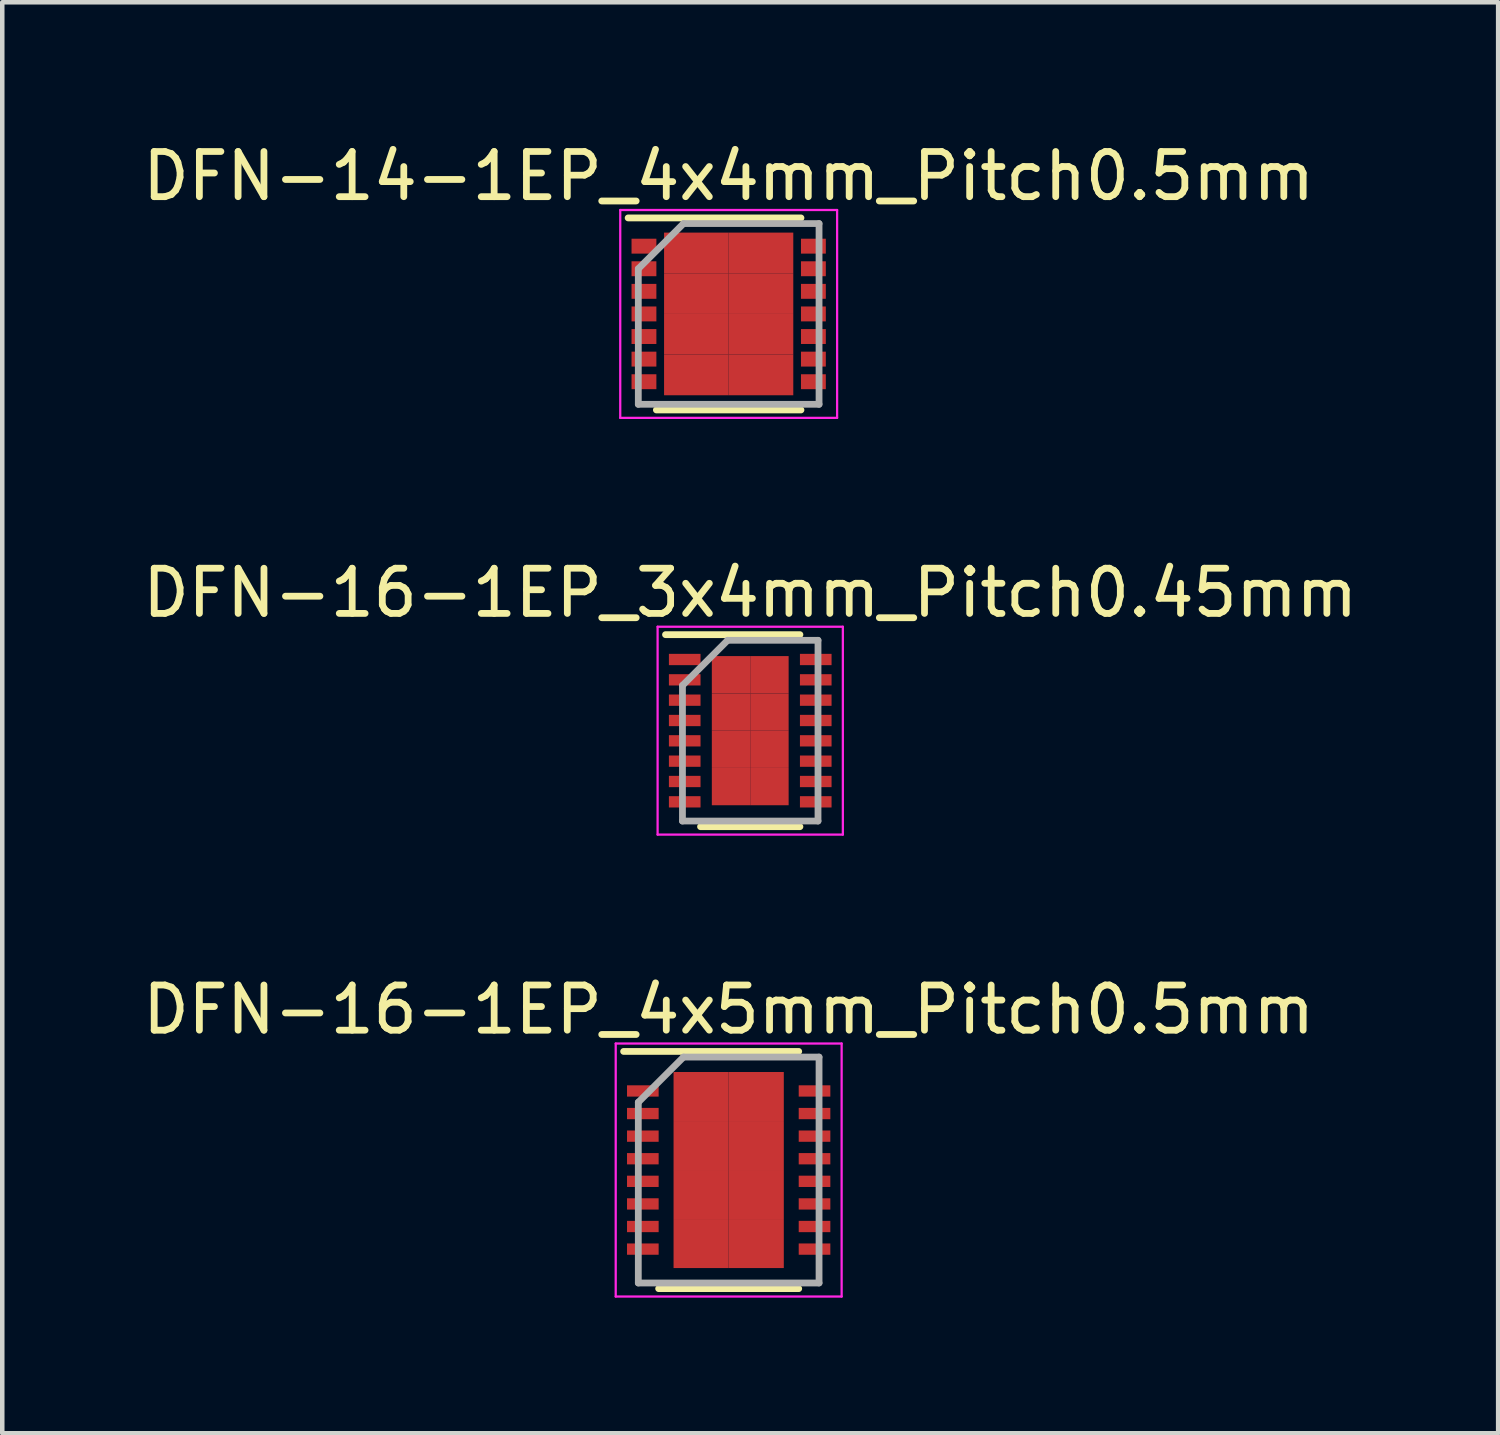
<source format=kicad_pcb>
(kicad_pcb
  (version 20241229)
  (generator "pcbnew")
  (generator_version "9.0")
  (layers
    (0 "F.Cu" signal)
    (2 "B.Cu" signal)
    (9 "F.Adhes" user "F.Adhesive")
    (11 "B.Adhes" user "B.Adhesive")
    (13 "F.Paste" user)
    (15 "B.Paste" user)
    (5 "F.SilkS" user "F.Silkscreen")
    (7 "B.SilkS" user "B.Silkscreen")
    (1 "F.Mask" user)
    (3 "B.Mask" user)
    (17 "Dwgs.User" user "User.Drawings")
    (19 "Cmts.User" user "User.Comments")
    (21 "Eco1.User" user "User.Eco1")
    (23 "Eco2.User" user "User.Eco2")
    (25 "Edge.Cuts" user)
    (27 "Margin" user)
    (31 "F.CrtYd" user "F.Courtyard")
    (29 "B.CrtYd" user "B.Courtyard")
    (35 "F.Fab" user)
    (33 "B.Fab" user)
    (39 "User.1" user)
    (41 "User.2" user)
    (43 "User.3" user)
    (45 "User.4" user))
  (footprint "DFN-16-1EP_3x4mm_Pitch0.45mm"
    (layer "F.Cu")
    (at 13.554 13.121)
    (property "Reference" "DFN-16-1EP_3x4mm_Pitch0.45mm" (at 0 -3.05 0) (layer "F.SilkS") (effects (font (size 1 1) (thickness 0.15))))
    (attr smd)
    (fp_line (start -1.875 -2.125) (end 1.1 -2.125) (stroke (width 0.15) (type solid)) (layer "F.SilkS"))
    (fp_line (start -1.1 2.125) (end 1.1 2.125) (stroke (width 0.15) (type solid)) (layer "F.SilkS"))
    (fp_line (start -2.05 -2.3) (end -2.05 2.3) (stroke (width 0.05) (type solid)) (layer "F.CrtYd"))
    (fp_line (start -2.05 -2.3) (end 2.05 -2.3) (stroke (width 0.05) (type solid)) (layer "F.CrtYd"))
    (fp_line (start -2.05 2.3) (end 2.05 2.3) (stroke (width 0.05) (type solid)) (layer "F.CrtYd"))
    (fp_line (start 2.05 -2.3) (end 2.05 2.3) (stroke (width 0.05) (type solid)) (layer "F.CrtYd"))
    (fp_line (start -1.5 -1) (end -0.5 -2) (stroke (width 0.15) (type solid)) (layer "F.Fab"))
    (fp_line (start -1.5 2) (end -1.5 -1) (stroke (width 0.15) (type solid)) (layer "F.Fab"))
    (fp_line (start -0.5 -2) (end 1.5 -2) (stroke (width 0.15) (type solid)) (layer "F.Fab"))
    (fp_line (start 1.5 -2) (end 1.5 2) (stroke (width 0.15) (type solid)) (layer "F.Fab"))
    (fp_line (start 1.5 2) (end -1.5 2) (stroke (width 0.15) (type solid)) (layer "F.Fab"))
    (pad "1" smd rect (at -1.45 -1.575) (size 0.7 0.25) (layers "F.Cu" "F.Mask" "F.Paste"))
    (pad "2" smd rect (at -1.45 -1.125) (size 0.7 0.25) (layers "F.Cu" "F.Mask" "F.Paste"))
    (pad "3" smd rect (at -1.45 -0.675) (size 0.7 0.25) (layers "F.Cu" "F.Mask" "F.Paste"))
    (pad "4" smd rect (at -1.45 -0.225) (size 0.7 0.25) (layers "F.Cu" "F.Mask" "F.Paste"))
    (pad "5" smd rect (at -1.45 0.225) (size 0.7 0.25) (layers "F.Cu" "F.Mask" "F.Paste"))
    (pad "6" smd rect (at -1.45 0.675) (size 0.7 0.25) (layers "F.Cu" "F.Mask" "F.Paste"))
    (pad "7" smd rect (at -1.45 1.125) (size 0.7 0.25) (layers "F.Cu" "F.Mask" "F.Paste"))
    (pad "8" smd rect (at -1.45 1.575) (size 0.7 0.25) (layers "F.Cu" "F.Mask" "F.Paste"))
    (pad "9" smd rect (at 1.45 1.575) (size 0.7 0.25) (layers "F.Cu" "F.Mask" "F.Paste"))
    (pad "10" smd rect (at 1.45 1.125) (size 0.7 0.25) (layers "F.Cu" "F.Mask" "F.Paste"))
    (pad "11" smd rect (at 1.45 0.675) (size 0.7 0.25) (layers "F.Cu" "F.Mask" "F.Paste"))
    (pad "12" smd rect (at 1.45 0.225) (size 0.7 0.25) (layers "F.Cu" "F.Mask" "F.Paste"))
    (pad "13" smd rect (at 1.45 -0.225) (size 0.7 0.25) (layers "F.Cu" "F.Mask" "F.Paste"))
    (pad "14" smd rect (at 1.45 -0.675) (size 0.7 0.25) (layers "F.Cu" "F.Mask" "F.Paste"))
    (pad "15" smd rect (at 1.45 -1.125) (size 0.7 0.25) (layers "F.Cu" "F.Mask" "F.Paste"))
    (pad "16" smd rect (at 1.45 -1.575) (size 0.7 0.25) (layers "F.Cu" "F.Mask" "F.Paste"))
    (pad "17" smd rect (at -0.425 -1.238) (size 0.85 0.825) (layers "F.Cu" "F.Mask" "F.Paste"))
    (pad "17" smd rect (at -0.425 -0.412) (size 0.85 0.825) (layers "F.Cu" "F.Mask" "F.Paste"))
    (pad "17" smd rect (at -0.425 0.412) (size 0.85 0.825) (layers "F.Cu" "F.Mask" "F.Paste"))
    (pad "17" smd rect (at -0.425 1.238) (size 0.85 0.825) (layers "F.Cu" "F.Mask" "F.Paste"))
    (pad "17" smd rect (at 0.425 -1.238) (size 0.85 0.825) (layers "F.Cu" "F.Mask" "F.Paste"))
    (pad "17" smd rect (at 0.425 -0.412) (size 0.85 0.825) (layers "F.Cu" "F.Mask" "F.Paste"))
    (pad "17" smd rect (at 0.425 0.412) (size 0.85 0.825) (layers "F.Cu" "F.Mask" "F.Paste"))
    (pad "17" smd rect (at 0.425 1.238) (size 0.85 0.825) (layers "F.Cu" "F.Mask" "F.Paste")))
  (footprint "DFN-16-1EP_4x5mm_Pitch0.5mm"
    (layer "F.Cu")
    (at 13.077 22.845)
    (property "Reference" "DFN-16-1EP_4x5mm_Pitch0.5mm" (at 0 -3.55 0) (layer "F.SilkS") (effects (font (size 1 1) (thickness 0.15))))
    (attr smd)
    (fp_line (start -2.325 -2.625) (end 1.55 -2.625) (stroke (width 0.15) (type solid)) (layer "F.SilkS"))
    (fp_line (start -1.55 2.625) (end 1.55 2.625) (stroke (width 0.15) (type solid)) (layer "F.SilkS"))
    (fp_line (start -2.5 -2.8) (end -2.5 2.8) (stroke (width 0.05) (type solid)) (layer "F.CrtYd"))
    (fp_line (start -2.5 -2.8) (end 2.5 -2.8) (stroke (width 0.05) (type solid)) (layer "F.CrtYd"))
    (fp_line (start -2.5 2.8) (end 2.5 2.8) (stroke (width 0.05) (type solid)) (layer "F.CrtYd"))
    (fp_line (start 2.5 -2.8) (end 2.5 2.8) (stroke (width 0.05) (type solid)) (layer "F.CrtYd"))
    (fp_line (start -2 -1.5) (end -1 -2.5) (stroke (width 0.15) (type solid)) (layer "F.Fab"))
    (fp_line (start -2 2.5) (end -2 -1.5) (stroke (width 0.15) (type solid)) (layer "F.Fab"))
    (fp_line (start -1 -2.5) (end 2 -2.5) (stroke (width 0.15) (type solid)) (layer "F.Fab"))
    (fp_line (start 2 -2.5) (end 2 2.5) (stroke (width 0.15) (type solid)) (layer "F.Fab"))
    (fp_line (start 2 2.5) (end -2 2.5) (stroke (width 0.15) (type solid)) (layer "F.Fab"))
    (pad "1" smd rect (at -1.9 -1.75) (size 0.7 0.25) (layers "F.Cu" "F.Mask" "F.Paste"))
    (pad "2" smd rect (at -1.9 -1.25) (size 0.7 0.25) (layers "F.Cu" "F.Mask" "F.Paste"))
    (pad "3" smd rect (at -1.9 -0.75) (size 0.7 0.25) (layers "F.Cu" "F.Mask" "F.Paste"))
    (pad "4" smd rect (at -1.9 -0.25) (size 0.7 0.25) (layers "F.Cu" "F.Mask" "F.Paste"))
    (pad "5" smd rect (at -1.9 0.25) (size 0.7 0.25) (layers "F.Cu" "F.Mask" "F.Paste"))
    (pad "6" smd rect (at -1.9 0.75) (size 0.7 0.25) (layers "F.Cu" "F.Mask" "F.Paste"))
    (pad "7" smd rect (at -1.9 1.25) (size 0.7 0.25) (layers "F.Cu" "F.Mask" "F.Paste"))
    (pad "8" smd rect (at -1.9 1.75) (size 0.7 0.25) (layers "F.Cu" "F.Mask" "F.Paste"))
    (pad "9" smd rect (at 1.9 1.75) (size 0.7 0.25) (layers "F.Cu" "F.Mask" "F.Paste"))
    (pad "10" smd rect (at 1.9 1.25) (size 0.7 0.25) (layers "F.Cu" "F.Mask" "F.Paste"))
    (pad "11" smd rect (at 1.9 0.75) (size 0.7 0.25) (layers "F.Cu" "F.Mask" "F.Paste"))
    (pad "12" smd rect (at 1.9 0.25) (size 0.7 0.25) (layers "F.Cu" "F.Mask" "F.Paste"))
    (pad "13" smd rect (at 1.9 -0.25) (size 0.7 0.25) (layers "F.Cu" "F.Mask" "F.Paste"))
    (pad "14" smd rect (at 1.9 -0.75) (size 0.7 0.25) (layers "F.Cu" "F.Mask" "F.Paste"))
    (pad "15" smd rect (at 1.9 -1.25) (size 0.7 0.25) (layers "F.Cu" "F.Mask" "F.Paste"))
    (pad "16" smd rect (at 1.9 -1.75) (size 0.7 0.25) (layers "F.Cu" "F.Mask" "F.Paste"))
    (pad "17" smd rect (at -0.61 -1.627) (size 1.22 1.085) (layers "F.Cu" "F.Mask" "F.Paste"))
    (pad "17" smd rect (at -0.61 -0.542) (size 1.22 1.085) (layers "F.Cu" "F.Mask" "F.Paste"))
    (pad "17" smd rect (at -0.61 0.542) (size 1.22 1.085) (layers "F.Cu" "F.Mask" "F.Paste"))
    (pad "17" smd rect (at -0.61 1.627) (size 1.22 1.085) (layers "F.Cu" "F.Mask" "F.Paste"))
    (pad "17" smd rect (at 0.61 -1.627) (size 1.22 1.085) (layers "F.Cu" "F.Mask" "F.Paste"))
    (pad "17" smd rect (at 0.61 -0.542) (size 1.22 1.085) (layers "F.Cu" "F.Mask" "F.Paste"))
    (pad "17" smd rect (at 0.61 0.542) (size 1.22 1.085) (layers "F.Cu" "F.Mask" "F.Paste"))
    (pad "17" smd rect (at 0.61 1.627) (size 1.22 1.085) (layers "F.Cu" "F.Mask" "F.Paste")))
  (footprint "DFN-14-1EP_4x4mm_Pitch0.5mm"
    (layer "F.Cu")
    (at 13.077 3.898)
    (property "Reference" "DFN-14-1EP_4x4mm_Pitch0.5mm" (at 0 -3.05 0) (layer "F.SilkS") (effects (font (size 1 1) (thickness 0.15))))
    (attr smd)
    (fp_line (start -2.225 -2.125) (end 1.6 -2.125) (stroke (width 0.15) (type solid)) (layer "F.SilkS"))
    (fp_line (start -1.6 2.125) (end 1.6 2.125) (stroke (width 0.15) (type solid)) (layer "F.SilkS"))
    (fp_line (start -2.4 -2.3) (end -2.4 2.3) (stroke (width 0.05) (type solid)) (layer "F.CrtYd"))
    (fp_line (start -2.4 -2.3) (end 2.4 -2.3) (stroke (width 0.05) (type solid)) (layer "F.CrtYd"))
    (fp_line (start -2.4 2.3) (end 2.4 2.3) (stroke (width 0.05) (type solid)) (layer "F.CrtYd"))
    (fp_line (start 2.4 -2.3) (end 2.4 2.3) (stroke (width 0.05) (type solid)) (layer "F.CrtYd"))
    (fp_line (start -2 -1) (end -1 -2) (stroke (width 0.15) (type solid)) (layer "F.Fab"))
    (fp_line (start -2 2) (end -2 -1) (stroke (width 0.15) (type solid)) (layer "F.Fab"))
    (fp_line (start -1 -2) (end 2 -2) (stroke (width 0.15) (type solid)) (layer "F.Fab"))
    (fp_line (start 2 -2) (end 2 2) (stroke (width 0.15) (type solid)) (layer "F.Fab"))
    (fp_line (start 2 2) (end -2 2) (stroke (width 0.15) (type solid)) (layer "F.Fab"))
    (pad "1" smd rect (at -1.875 -1.5) (size 0.55 0.33) (layers "F.Cu" "F.Mask" "F.Paste"))
    (pad "2" smd rect (at -1.875 -1) (size 0.55 0.33) (layers "F.Cu" "F.Mask" "F.Paste"))
    (pad "3" smd rect (at -1.875 -0.5) (size 0.55 0.33) (layers "F.Cu" "F.Mask" "F.Paste"))
    (pad "4" smd rect (at -1.875 0) (size 0.55 0.33) (layers "F.Cu" "F.Mask" "F.Paste"))
    (pad "5" smd rect (at -1.875 0.5) (size 0.55 0.33) (layers "F.Cu" "F.Mask" "F.Paste"))
    (pad "6" smd rect (at -1.875 1) (size 0.55 0.33) (layers "F.Cu" "F.Mask" "F.Paste"))
    (pad "7" smd rect (at -1.875 1.5) (size 0.55 0.33) (layers "F.Cu" "F.Mask" "F.Paste"))
    (pad "8" smd rect (at 1.875 1.5) (size 0.55 0.33) (layers "F.Cu" "F.Mask" "F.Paste"))
    (pad "9" smd rect (at 1.875 1) (size 0.55 0.33) (layers "F.Cu" "F.Mask" "F.Paste"))
    (pad "10" smd rect (at 1.875 0.5) (size 0.55 0.33) (layers "F.Cu" "F.Mask" "F.Paste"))
    (pad "11" smd rect (at 1.875 0) (size 0.55 0.33) (layers "F.Cu" "F.Mask" "F.Paste"))
    (pad "12" smd rect (at 1.875 -0.5) (size 0.55 0.33) (layers "F.Cu" "F.Mask" "F.Paste"))
    (pad "13" smd rect (at 1.875 -1) (size 0.55 0.33) (layers "F.Cu" "F.Mask" "F.Paste"))
    (pad "14" smd rect (at 1.875 -1.5) (size 0.55 0.33) (layers "F.Cu" "F.Mask" "F.Paste"))
    (pad "15" smd rect (at -0.715 -1.35) (size 1.43 0.9) (layers "F.Cu" "F.Mask" "F.Paste"))
    (pad "15" smd rect (at -0.715 -0.45) (size 1.43 0.9) (layers "F.Cu" "F.Mask" "F.Paste"))
    (pad "15" smd rect (at -0.715 0.45) (size 1.43 0.9) (layers "F.Cu" "F.Mask" "F.Paste"))
    (pad "15" smd rect (at -0.715 1.35) (size 1.43 0.9) (layers "F.Cu" "F.Mask" "F.Paste"))
    (pad "15" smd rect (at 0.715 -1.35) (size 1.43 0.9) (layers "F.Cu" "F.Mask" "F.Paste"))
    (pad "15" smd rect (at 0.715 -0.45) (size 1.43 0.9) (layers "F.Cu" "F.Mask" "F.Paste"))
    (pad "15" smd rect (at 0.715 0.45) (size 1.43 0.9) (layers "F.Cu" "F.Mask" "F.Paste"))
    (pad "15" smd rect (at 0.715 1.35) (size 1.43 0.9) (layers "F.Cu" "F.Mask" "F.Paste")))
  (gr_rect
    (start -3 -3)
    (end 30.107 28.67)
    (stroke (width 0.1) (type default))
    (fill no)
    (layer "Edge.Cuts")))
</source>
